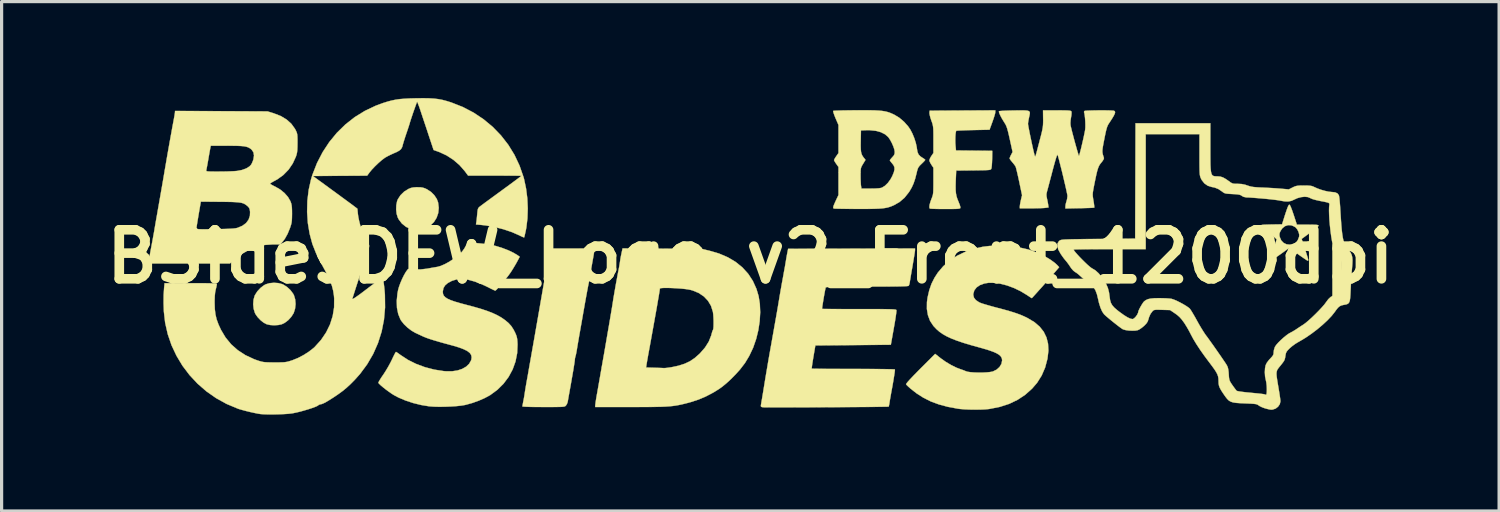
<source format=kicad_pcb>
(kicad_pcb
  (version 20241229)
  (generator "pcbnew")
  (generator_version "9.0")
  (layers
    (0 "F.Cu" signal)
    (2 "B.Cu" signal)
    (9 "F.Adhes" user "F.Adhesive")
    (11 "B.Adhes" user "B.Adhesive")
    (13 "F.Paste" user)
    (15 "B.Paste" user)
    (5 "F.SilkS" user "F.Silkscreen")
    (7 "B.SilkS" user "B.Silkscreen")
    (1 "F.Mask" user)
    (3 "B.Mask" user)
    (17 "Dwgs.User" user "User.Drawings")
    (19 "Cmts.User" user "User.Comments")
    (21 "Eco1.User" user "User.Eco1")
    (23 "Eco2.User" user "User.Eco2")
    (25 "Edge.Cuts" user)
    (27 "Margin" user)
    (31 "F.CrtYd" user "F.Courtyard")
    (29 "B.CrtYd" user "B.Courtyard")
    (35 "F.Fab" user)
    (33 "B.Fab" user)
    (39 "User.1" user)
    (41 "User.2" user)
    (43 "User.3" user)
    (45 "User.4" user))
  (footprint "BSidesDFW_Logo_v2_Front_1200dpi"
    (layer "F.Cu")
    (at 20.291 4.933)
    (property "Reference" "BSidesDFW_Logo_v2_Front_1200dpi" (at 0 0 0) (layer "F.SilkS") (effects (font (size 1.524 1.524) (thickness 0.3))))
    (attr through_hole)
    (fp_poly (pts (xy -10.261 -2.157) (xy -10.19 -2.146) (xy -10.123 -2.125) (xy -10.056 -2.093) (xy -9.935 -2.014) (xy -9.831 -1.91) (xy -9.753 -1.792) (xy -9.714 -1.687) (xy -9.693 -1.518) (xy -9.709 -1.357) (xy -9.76 -1.209) (xy -9.841 -1.079) (xy -9.95 -0.972) (xy -10.083 -0.892) (xy -10.236 -0.844) (xy -10.329 -0.833) (xy -10.427 -0.834) (xy -10.518 -0.845) (xy -10.555 -0.855) (xy -10.71 -0.926) (xy -10.839 -1.029) (xy -10.938 -1.159) (xy -10.968 -1.217) (xy -11.003 -1.331) (xy -11.018 -1.464) (xy -11.013 -1.601) (xy -10.989 -1.724) (xy -10.966 -1.783) (xy -10.882 -1.912) (xy -10.768 -2.023) (xy -10.636 -2.105) (xy -10.562 -2.136) (xy -10.489 -2.152) (xy -10.4 -2.159) (xy -10.355 -2.159) (xy -10.261 -2.157)) (stroke (width 0.01) (type solid)) (fill yes) (layer "F.SilkS"))
    (fp_poly (pts (xy -14.682 0.823) (xy -14.559 0.856) (xy -14.531 0.868) (xy -14.415 0.942) (xy -14.308 1.04) (xy -14.225 1.15) (xy -14.197 1.202) (xy -14.159 1.33) (xy -14.147 1.474) (xy -14.163 1.62) (xy -14.204 1.751) (xy -14.209 1.761) (xy -14.281 1.873) (xy -14.375 1.976) (xy -14.482 2.057) (xy -14.577 2.104) (xy -14.685 2.127) (xy -14.812 2.135) (xy -14.938 2.127) (xy -15.045 2.103) (xy -15.139 2.054) (xy -15.236 1.977) (xy -15.325 1.884) (xy -15.394 1.786) (xy -15.411 1.752) (xy -15.45 1.625) (xy -15.465 1.483) (xy -15.455 1.342) (xy -15.42 1.217) (xy -15.41 1.196) (xy -15.337 1.081) (xy -15.238 0.974) (xy -15.128 0.89) (xy -15.075 0.861) (xy -14.957 0.826) (xy -14.821 0.813) (xy -14.682 0.823)) (stroke (width 0.01) (type solid)) (fill yes) (layer "F.SilkS"))
    (fp_poly (pts (xy 7.619 -4.493) (xy 7.612 -4.45) (xy 7.592 -4.379) (xy 7.563 -4.288) (xy 7.529 -4.191) (xy 7.44 -3.948) (xy 6.929 -3.937) (xy 6.786 -3.934) (xy 6.657 -3.929) (xy 6.549 -3.925) (xy 6.466 -3.921) (xy 6.417 -3.916) (xy 6.404 -3.914) (xy 6.393 -3.881) (xy 6.383 -3.817) (xy 6.377 -3.732) (xy 6.375 -3.635) (xy 6.376 -3.538) (xy 6.381 -3.464) (xy 6.396 -3.303) (xy 6.96 -3.297) (xy 7.525 -3.291) (xy 7.521 -3.033) (xy 7.517 -2.929) (xy 7.511 -2.837) (xy 7.503 -2.768) (xy 7.494 -2.731) (xy 7.485 -2.718) (xy 7.47 -2.708) (xy 7.446 -2.7) (xy 7.406 -2.695) (xy 7.345 -2.691) (xy 7.259 -2.688) (xy 7.142 -2.686) (xy 6.989 -2.684) (xy 6.937 -2.683) (xy 6.403 -2.678) (xy 6.389 -2.36) (xy 6.385 -2.201) (xy 6.386 -2.074) (xy 6.395 -1.97) (xy 6.413 -1.877) (xy 6.442 -1.787) (xy 6.482 -1.69) (xy 6.482 -1.689) (xy 6.512 -1.615) (xy 6.53 -1.553) (xy 6.534 -1.516) (xy 6.533 -1.514) (xy 6.524 -1.503) (xy 6.502 -1.495) (xy 6.462 -1.489) (xy 6.4 -1.485) (xy 6.31 -1.483) (xy 6.187 -1.482) (xy 6.058 -1.482) (xy 5.922 -1.482) (xy 5.801 -1.484) (xy 5.7 -1.487) (xy 5.626 -1.49) (xy 5.586 -1.494) (xy 5.581 -1.496) (xy 5.567 -1.538) (xy 5.575 -1.612) (xy 5.604 -1.714) (xy 5.63 -1.785) (xy 5.652 -1.841) (xy 5.668 -1.888) (xy 5.68 -1.935) (xy 5.687 -1.989) (xy 5.691 -2.058) (xy 5.693 -2.15) (xy 5.694 -2.272) (xy 5.694 -2.355) (xy 5.694 -2.766) (xy 5.631 -2.86) (xy 5.595 -2.921) (xy 5.572 -2.974) (xy 5.568 -2.995) (xy 5.579 -3.036) (xy 5.608 -3.095) (xy 5.631 -3.131) (xy 5.694 -3.224) (xy 5.694 -3.642) (xy 5.694 -3.786) (xy 5.693 -3.895) (xy 5.69 -3.977) (xy 5.684 -4.041) (xy 5.675 -4.094) (xy 5.662 -4.143) (xy 5.643 -4.198) (xy 5.629 -4.236) (xy 5.6 -4.324) (xy 5.58 -4.404) (xy 5.571 -4.463) (xy 5.571 -4.476) (xy 5.577 -4.54) (xy 7.62 -4.551) (xy 7.619 -4.493)) (stroke (width 0.01) (type solid)) (fill yes) (layer "F.SilkS"))
    (fp_poly (pts (xy -5.342 -0.254) (xy -5.183 -0.253) (xy -5.059 -0.251) (xy -4.967 -0.247) (xy -4.904 -0.243) (xy -4.865 -0.238) (xy -4.849 -0.231) (xy -4.847 -0.228) (xy -4.851 -0.199) (xy -4.861 -0.136) (xy -4.876 -0.046) (xy -4.895 0.063) (xy -4.912 0.159) (xy -4.935 0.287) (xy -4.956 0.41) (xy -4.975 0.517) (xy -4.989 0.6) (xy -4.995 0.635) (xy -5.009 0.717) (xy -5.027 0.818) (xy -5.046 0.91) (xy -5.059 0.978) (xy -5.078 1.078) (xy -5.101 1.204) (xy -5.127 1.346) (xy -5.154 1.496) (xy -5.166 1.566) (xy -5.196 1.734) (xy -5.227 1.912) (xy -5.258 2.089) (xy -5.287 2.252) (xy -5.311 2.388) (xy -5.316 2.413) (xy -5.338 2.542) (xy -5.36 2.668) (xy -5.379 2.78) (xy -5.393 2.867) (xy -5.398 2.9) (xy -5.413 2.982) (xy -5.428 3.057) (xy -5.44 3.099) (xy -5.456 3.164) (xy -5.461 3.217) (xy -5.465 3.252) (xy -5.475 3.323) (xy -5.491 3.423) (xy -5.511 3.548) (xy -5.536 3.69) (xy -5.563 3.845) (xy -5.566 3.865) (xy -5.594 4.021) (xy -5.62 4.166) (xy -5.643 4.295) (xy -5.662 4.4) (xy -5.675 4.477) (xy -5.683 4.518) (xy -5.683 4.521) (xy -5.706 4.584) (xy -5.737 4.632) (xy -5.75 4.645) (xy -5.766 4.655) (xy -5.789 4.663) (xy -5.824 4.669) (xy -5.875 4.673) (xy -5.948 4.675) (xy -6.046 4.677) (xy -6.176 4.678) (xy -6.341 4.678) (xy -6.435 4.678) (xy -6.61 4.677) (xy -6.763 4.676) (xy -6.892 4.673) (xy -6.992 4.669) (xy -7.06 4.665) (xy -7.09 4.66) (xy -7.091 4.659) (xy -7.087 4.63) (xy -7.076 4.571) (xy -7.062 4.494) (xy -7.057 4.473) (xy -7.04 4.383) (xy -7.026 4.299) (xy -7.017 4.238) (xy -7.016 4.233) (xy -7.01 4.189) (xy -6.997 4.112) (xy -6.98 4.009) (xy -6.959 3.888) (xy -6.935 3.757) (xy -6.935 3.757) (xy -6.92 3.674) (xy -6.899 3.553) (xy -6.872 3.398) (xy -6.839 3.214) (xy -6.802 3.003) (xy -6.761 2.771) (xy -6.717 2.521) (xy -6.671 2.257) (xy -6.623 1.982) (xy -6.574 1.702) (xy -6.548 1.551) (xy -6.234 -0.254) (xy -5.54 -0.254) (xy -5.342 -0.254)) (stroke (width 0.01) (type solid)) (fill yes) (layer "F.SilkS"))
    (fp_poly (pts (xy 16.784 -1.602) (xy 16.811 -1.547) (xy 16.847 -1.455) (xy 16.892 -1.324) (xy 16.898 -1.307) (xy 17 -0.995) (xy 17.337 -0.995) (xy 17.469 -0.994) (xy 17.564 -0.992) (xy 17.627 -0.987) (xy 17.662 -0.979) (xy 17.674 -0.969) (xy 17.674 -0.967) (xy 17.67 -0.954) (xy 17.657 -0.936) (xy 17.628 -0.91) (xy 17.582 -0.872) (xy 17.513 -0.819) (xy 17.417 -0.748) (xy 17.311 -0.67) (xy 17.149 -0.552) (xy 17.253 -0.232) (xy 17.294 -0.104) (xy 17.324 -0.01) (xy 17.343 0.054) (xy 17.352 0.094) (xy 17.353 0.116) (xy 17.347 0.125) (xy 17.338 0.127) (xy 17.315 0.115) (xy 17.265 0.083) (xy 17.192 0.033) (xy 17.104 -0.028) (xy 17.042 -0.073) (xy 16.764 -0.273) (xy 16.502 -0.084) (xy 16.376 0.004) (xy 16.282 0.065) (xy 16.218 0.098) (xy 16.182 0.105) (xy 16.175 0.085) (xy 16.179 0.074) (xy 16.191 0.039) (xy 16.212 -0.024) (xy 16.238 -0.108) (xy 16.268 -0.203) (xy 16.299 -0.301) (xy 16.327 -0.392) (xy 16.35 -0.467) (xy 16.365 -0.519) (xy 16.37 -0.536) (xy 16.355 -0.555) (xy 16.312 -0.593) (xy 16.246 -0.647) (xy 16.193 -0.688) (xy 16.455 -0.688) (xy 16.463 -0.632) (xy 16.469 -0.608) (xy 16.514 -0.504) (xy 16.586 -0.429) (xy 16.677 -0.384) (xy 16.781 -0.373) (xy 16.891 -0.398) (xy 16.947 -0.426) (xy 16.995 -0.465) (xy 17.032 -0.521) (xy 17.064 -0.604) (xy 17.072 -0.632) (xy 17.072 -0.693) (xy 17.051 -0.77) (xy 17.014 -0.845) (xy 16.968 -0.903) (xy 16.961 -0.91) (xy 16.903 -0.944) (xy 16.833 -0.972) (xy 16.823 -0.975) (xy 16.726 -0.98) (xy 16.632 -0.949) (xy 16.55 -0.884) (xy 16.493 -0.802) (xy 16.465 -0.738) (xy 16.455 -0.688) (xy 16.193 -0.688) (xy 16.164 -0.711) (xy 16.129 -0.737) (xy 16.041 -0.806) (xy 15.967 -0.867) (xy 15.912 -0.918) (xy 15.882 -0.951) (xy 15.879 -0.957) (xy 15.88 -0.971) (xy 15.892 -0.981) (xy 15.922 -0.988) (xy 15.975 -0.993) (xy 16.058 -0.996) (xy 16.176 -0.999) (xy 16.206 -1) (xy 16.539 -1.005) (xy 16.636 -1.312) (xy 16.681 -1.446) (xy 16.716 -1.541) (xy 16.743 -1.598) (xy 16.763 -1.619) (xy 16.765 -1.619) (xy 16.784 -1.602)) (stroke (width 0.01) (type solid)) (fill yes) (layer "F.SilkS"))
    (fp_poly (pts (xy -2.744 -0.248) (xy -1.513 -0.24) (xy -1.281 -0.186) (xy -0.976 -0.097) (xy -0.702 0.02) (xy -0.459 0.164) (xy -0.248 0.335) (xy -0.069 0.532) (xy 0.077 0.755) (xy 0.189 1.002) (xy 0.257 1.23) (xy 0.295 1.47) (xy 0.306 1.732) (xy 0.29 2.007) (xy 0.248 2.286) (xy 0.181 2.56) (xy 0.091 2.82) (xy 0.083 2.84) (xy -0.034 3.087) (xy -0.166 3.307) (xy -0.323 3.512) (xy -0.455 3.658) (xy -0.604 3.809) (xy -0.737 3.932) (xy -0.861 4.035) (xy -0.985 4.124) (xy -1.118 4.207) (xy -1.154 4.228) (xy -1.384 4.349) (xy -1.608 4.444) (xy -1.845 4.522) (xy -1.939 4.548) (xy -2.045 4.575) (xy -2.141 4.598) (xy -2.232 4.617) (xy -2.323 4.633) (xy -2.416 4.646) (xy -2.518 4.656) (xy -2.633 4.664) (xy -2.765 4.67) (xy -2.918 4.673) (xy -3.098 4.676) (xy -3.308 4.677) (xy -3.553 4.678) (xy -3.72 4.678) (xy -4.826 4.678) (xy -4.826 4.631) (xy -4.822 4.596) (xy -4.813 4.526) (xy -4.798 4.431) (xy -4.779 4.318) (xy -4.762 4.224) (xy -4.683 3.776) (xy -4.626 3.449) (xy -3.244 3.449) (xy -2.992 3.456) (xy -2.888 3.459) (xy -2.796 3.462) (xy -2.725 3.465) (xy -2.688 3.467) (xy -2.644 3.465) (xy -2.571 3.457) (xy -2.482 3.444) (xy -2.446 3.438) (xy -2.228 3.391) (xy -2.042 3.331) (xy -1.879 3.254) (xy -1.73 3.153) (xy -1.586 3.026) (xy -1.566 3.007) (xy -1.41 2.828) (xy -1.294 2.644) (xy -1.218 2.453) (xy -1.205 2.402) (xy -1.187 2.338) (xy -1.169 2.29) (xy -1.161 2.276) (xy -1.152 2.245) (xy -1.146 2.182) (xy -1.144 2.096) (xy -1.144 1.997) (xy -1.148 1.897) (xy -1.154 1.804) (xy -1.163 1.729) (xy -1.167 1.71) (xy -1.225 1.529) (xy -1.319 1.372) (xy -1.445 1.239) (xy -1.604 1.132) (xy -1.792 1.054) (xy -1.855 1.036) (xy -1.929 1.021) (xy -2.027 1.007) (xy -2.141 0.995) (xy -2.265 0.986) (xy -2.391 0.979) (xy -2.512 0.974) (xy -2.622 0.973) (xy -2.714 0.974) (xy -2.779 0.98) (xy -2.813 0.989) (xy -2.815 0.994) (xy -2.819 1.028) (xy -2.83 1.101) (xy -2.848 1.211) (xy -2.873 1.355) (xy -2.903 1.531) (xy -2.939 1.736) (xy -2.981 1.968) (xy -3.027 2.225) (xy -3.077 2.503) (xy -3.131 2.801) (xy -3.165 2.985) (xy -3.186 3.1) (xy -3.205 3.208) (xy -3.22 3.297) (xy -3.231 3.358) (xy -3.232 3.37) (xy -3.244 3.449) (xy -4.626 3.449) (xy -4.612 3.369) (xy -4.547 3.001) (xy -4.49 2.672) (xy -4.44 2.381) (xy -4.396 2.127) (xy -4.359 1.908) (xy -4.328 1.724) (xy -4.303 1.575) (xy -4.284 1.458) (xy -4.273 1.386) (xy -4.259 1.295) (xy -4.238 1.173) (xy -4.213 1.029) (xy -4.186 0.874) (xy -4.157 0.718) (xy -4.13 0.572) (xy -4.106 0.446) (xy -4.103 0.434) (xy -4.084 0.334) (xy -4.068 0.239) (xy -4.056 0.165) (xy -4.052 0.138) (xy -4.043 0.073) (xy -4.027 -0.013) (xy -4.009 -0.102) (xy -3.975 -0.256) (xy -2.744 -0.248)) (stroke (width 0.01) (type solid)) (fill yes) (layer "F.SilkS"))
    (fp_poly (pts (xy 3.71 -4.553) (xy 3.864 -4.55) (xy 3.991 -4.543) (xy 4.097 -4.533) (xy 4.186 -4.519) (xy 4.265 -4.5) (xy 4.339 -4.476) (xy 4.412 -4.445) (xy 4.484 -4.411) (xy 4.635 -4.319) (xy 4.78 -4.195) (xy 4.907 -4.053) (xy 4.979 -3.947) (xy 5.042 -3.825) (xy 5.1 -3.683) (xy 5.146 -3.538) (xy 5.175 -3.405) (xy 5.18 -3.366) (xy 5.198 -3.259) (xy 5.23 -3.181) (xy 5.284 -3.122) (xy 5.344 -3.081) (xy 5.398 -3.047) (xy 5.433 -3.02) (xy 5.44 -3.009) (xy 5.425 -2.988) (xy 5.388 -2.947) (xy 5.334 -2.894) (xy 5.326 -2.887) (xy 5.271 -2.833) (xy 5.235 -2.789) (xy 5.21 -2.741) (xy 5.189 -2.675) (xy 5.169 -2.59) (xy 5.125 -2.419) (xy 5.077 -2.277) (xy 5.02 -2.152) (xy 4.948 -2.029) (xy 4.927 -1.998) (xy 4.795 -1.832) (xy 4.64 -1.7) (xy 4.475 -1.605) (xy 4.405 -1.574) (xy 4.338 -1.549) (xy 4.268 -1.528) (xy 4.19 -1.513) (xy 4.099 -1.501) (xy 3.99 -1.493) (xy 3.858 -1.488) (xy 3.697 -1.485) (xy 3.502 -1.484) (xy 3.344 -1.484) (xy 3.174 -1.485) (xy 3.016 -1.486) (xy 2.876 -1.488) (xy 2.759 -1.49) (xy 2.671 -1.492) (xy 2.616 -1.494) (xy 2.6 -1.496) (xy 2.581 -1.508) (xy 2.577 -1.534) (xy 2.588 -1.58) (xy 2.617 -1.651) (xy 2.664 -1.754) (xy 2.67 -1.767) (xy 2.741 -1.916) (xy 2.741 -2.518) (xy 3.429 -2.518) (xy 3.43 -2.412) (xy 3.434 -2.314) (xy 3.438 -2.236) (xy 3.443 -2.196) (xy 3.456 -2.117) (xy 3.739 -2.117) (xy 3.886 -2.119) (xy 3.995 -2.126) (xy 4.068 -2.138) (xy 4.095 -2.147) (xy 4.187 -2.204) (xy 4.279 -2.294) (xy 4.362 -2.409) (xy 4.416 -2.509) (xy 4.463 -2.623) (xy 4.484 -2.712) (xy 4.48 -2.785) (xy 4.45 -2.85) (xy 4.413 -2.897) (xy 4.371 -2.947) (xy 4.344 -2.984) (xy 4.339 -2.997) (xy 4.353 -3.021) (xy 4.388 -3.063) (xy 4.416 -3.093) (xy 4.464 -3.149) (xy 4.486 -3.198) (xy 4.491 -3.258) (xy 4.491 -3.26) (xy 4.479 -3.334) (xy 4.447 -3.43) (xy 4.402 -3.533) (xy 4.349 -3.632) (xy 4.294 -3.713) (xy 4.287 -3.721) (xy 4.188 -3.807) (xy 4.057 -3.872) (xy 3.898 -3.914) (xy 3.716 -3.933) (xy 3.609 -3.933) (xy 3.44 -3.926) (xy 3.434 -3.594) (xy 3.432 -3.451) (xy 3.435 -3.343) (xy 3.443 -3.261) (xy 3.458 -3.198) (xy 3.481 -3.145) (xy 3.515 -3.094) (xy 3.537 -3.066) (xy 3.582 -3.01) (xy 3.506 -2.886) (xy 3.473 -2.831) (xy 3.451 -2.787) (xy 3.438 -2.743) (xy 3.432 -2.688) (xy 3.429 -2.61) (xy 3.429 -2.518) (xy 2.741 -2.518) (xy 2.741 -2.789) (xy 2.672 -2.885) (xy 2.634 -2.942) (xy 2.609 -2.986) (xy 2.603 -3.003) (xy 2.615 -3.032) (xy 2.644 -3.082) (xy 2.672 -3.123) (xy 2.741 -3.221) (xy 2.741 -3.658) (xy 2.741 -4.096) (xy 2.65 -4.306) (xy 2.615 -4.393) (xy 2.59 -4.465) (xy 2.576 -4.515) (xy 2.577 -4.533) (xy 2.601 -4.537) (xy 2.663 -4.541) (xy 2.757 -4.544) (xy 2.878 -4.548) (xy 3.021 -4.55) (xy 3.182 -4.552) (xy 3.302 -4.553) (xy 3.525 -4.554) (xy 3.71 -4.553)) (stroke (width 0.01) (type solid)) (fill yes) (layer "F.SilkS"))
    (fp_poly (pts (xy 7.921 -0.333) (xy 8.171 -0.312) (xy 8.41 -0.276) (xy 8.626 -0.227) (xy 8.653 -0.22) (xy 8.829 -0.16) (xy 9.008 -0.085) (xy 9.18 0.003) (xy 9.336 0.096) (xy 9.466 0.191) (xy 9.55 0.268) (xy 9.606 0.328) (xy 9.423 0.541) (xy 9.348 0.628) (xy 9.263 0.725) (xy 9.173 0.827) (xy 9.082 0.931) (xy 8.993 1.029) (xy 8.913 1.119) (xy 8.844 1.195) (xy 8.792 1.252) (xy 8.761 1.285) (xy 8.753 1.291) (xy 8.734 1.28) (xy 8.689 1.251) (xy 8.626 1.209) (xy 8.602 1.193) (xy 8.405 1.074) (xy 8.198 0.975) (xy 7.988 0.897) (xy 7.782 0.844) (xy 7.587 0.815) (xy 7.408 0.814) (xy 7.28 0.835) (xy 7.143 0.885) (xy 7.038 0.956) (xy 6.968 1.046) (xy 6.936 1.153) (xy 6.934 1.19) (xy 6.954 1.274) (xy 7.013 1.351) (xy 7.11 1.417) (xy 7.154 1.437) (xy 7.205 1.456) (xy 7.289 1.482) (xy 7.398 1.514) (xy 7.525 1.55) (xy 7.661 1.587) (xy 7.697 1.596) (xy 7.898 1.649) (xy 8.064 1.696) (xy 8.204 1.739) (xy 8.323 1.78) (xy 8.43 1.821) (xy 8.53 1.865) (xy 8.631 1.915) (xy 8.638 1.919) (xy 8.839 2.04) (xy 9.001 2.18) (xy 9.125 2.337) (xy 9.211 2.514) (xy 9.26 2.71) (xy 9.271 2.925) (xy 9.244 3.16) (xy 9.241 3.178) (xy 9.169 3.45) (xy 9.062 3.698) (xy 8.919 3.925) (xy 8.763 4.106) (xy 8.549 4.297) (xy 8.312 4.454) (xy 8.049 4.58) (xy 7.758 4.674) (xy 7.44 4.737) (xy 7.421 4.74) (xy 7.304 4.751) (xy 7.156 4.758) (xy 6.992 4.759) (xy 6.824 4.757) (xy 6.664 4.75) (xy 6.525 4.739) (xy 6.456 4.73) (xy 6.144 4.672) (xy 5.865 4.597) (xy 5.613 4.504) (xy 5.382 4.388) (xy 5.165 4.249) (xy 4.986 4.108) (xy 4.923 4.053) (xy 4.874 4.006) (xy 4.846 3.976) (xy 4.844 3.973) (xy 4.853 3.949) (xy 4.893 3.898) (xy 4.964 3.819) (xy 5.065 3.712) (xy 5.197 3.577) (xy 5.288 3.485) (xy 5.749 3.025) (xy 5.919 3.16) (xy 6.074 3.27) (xy 6.243 3.371) (xy 6.411 3.454) (xy 6.54 3.503) (xy 6.613 3.528) (xy 6.674 3.551) (xy 6.699 3.563) (xy 6.757 3.581) (xy 6.847 3.594) (xy 6.959 3.603) (xy 7.086 3.607) (xy 7.215 3.607) (xy 7.339 3.601) (xy 7.447 3.591) (xy 7.53 3.576) (xy 7.548 3.57) (xy 7.662 3.514) (xy 7.751 3.433) (xy 7.81 3.335) (xy 7.832 3.227) (xy 7.832 3.223) (xy 7.822 3.161) (xy 7.793 3.106) (xy 7.739 3.054) (xy 7.658 3.005) (xy 7.546 2.956) (xy 7.401 2.905) (xy 7.218 2.851) (xy 7.133 2.827) (xy 6.862 2.752) (xy 6.629 2.682) (xy 6.429 2.615) (xy 6.259 2.549) (xy 6.114 2.482) (xy 5.99 2.412) (xy 5.883 2.338) (xy 5.79 2.257) (xy 5.705 2.167) (xy 5.689 2.148) (xy 5.59 1.998) (xy 5.524 1.823) (xy 5.491 1.628) (xy 5.493 1.417) (xy 5.512 1.274) (xy 5.565 1.045) (xy 5.635 0.844) (xy 5.728 0.658) (xy 5.832 0.497) (xy 6.001 0.298) (xy 6.203 0.121) (xy 6.435 -0.03) (xy 6.694 -0.154) (xy 6.977 -0.25) (xy 7.233 -0.307) (xy 7.44 -0.332) (xy 7.673 -0.34) (xy 7.921 -0.333)) (stroke (width 0.01) (type solid)) (fill yes) (layer "F.SilkS"))
    (fp_poly (pts (xy 5.122 -0.206) (xy 5.119 -0.172) (xy 5.109 -0.102) (xy 5.094 -0.006) (xy 5.074 0.112) (xy 5.052 0.243) (xy 5.047 0.275) (xy 5.023 0.411) (xy 5.001 0.539) (xy 4.983 0.649) (xy 4.968 0.735) (xy 4.96 0.788) (xy 4.959 0.794) (xy 4.947 0.855) (xy 4.93 0.899) (xy 4.926 0.905) (xy 4.913 0.911) (xy 4.881 0.916) (xy 4.828 0.92) (xy 4.751 0.923) (xy 4.647 0.926) (xy 4.515 0.928) (xy 4.35 0.929) (xy 4.151 0.931) (xy 3.915 0.931) (xy 3.64 0.931) (xy 3.629 0.931) (xy 3.364 0.931) (xy 3.139 0.932) (xy 2.949 0.932) (xy 2.792 0.933) (xy 2.665 0.934) (xy 2.565 0.936) (xy 2.488 0.939) (xy 2.431 0.942) (xy 2.391 0.946) (xy 2.366 0.951) (xy 2.351 0.957) (xy 2.343 0.964) (xy 2.341 0.968) (xy 2.332 1.009) (xy 2.318 1.078) (xy 2.302 1.167) (xy 2.284 1.266) (xy 2.267 1.368) (xy 2.252 1.463) (xy 2.239 1.544) (xy 2.232 1.6) (xy 2.231 1.624) (xy 2.231 1.624) (xy 2.253 1.626) (xy 2.313 1.627) (xy 2.408 1.628) (xy 2.534 1.629) (xy 2.687 1.63) (xy 2.862 1.631) (xy 3.057 1.631) (xy 3.266 1.631) (xy 3.385 1.631) (xy 3.636 1.631) (xy 3.848 1.631) (xy 4.025 1.632) (xy 4.169 1.633) (xy 4.284 1.635) (xy 4.372 1.637) (xy 4.439 1.64) (xy 4.485 1.644) (xy 4.516 1.648) (xy 4.534 1.654) (xy 4.543 1.661) (xy 4.544 1.664) (xy 4.544 1.693) (xy 4.537 1.758) (xy 4.524 1.852) (xy 4.506 1.97) (xy 4.483 2.106) (xy 4.463 2.219) (xy 4.37 2.741) (xy 3.196 2.752) (xy 2.022 2.762) (xy 1.961 3.118) (xy 1.942 3.235) (xy 1.926 3.337) (xy 1.915 3.417) (xy 1.909 3.468) (xy 1.91 3.483) (xy 1.932 3.485) (xy 1.993 3.487) (xy 2.089 3.488) (xy 2.217 3.49) (xy 2.371 3.491) (xy 2.55 3.492) (xy 2.749 3.492) (xy 2.965 3.493) (xy 3.194 3.493) (xy 3.202 3.493) (xy 3.431 3.493) (xy 3.648 3.494) (xy 3.847 3.495) (xy 4.027 3.497) (xy 4.183 3.499) (xy 4.311 3.501) (xy 4.409 3.503) (xy 4.471 3.506) (xy 4.495 3.509) (xy 4.495 3.509) (xy 4.496 3.537) (xy 4.488 3.605) (xy 4.472 3.711) (xy 4.449 3.853) (xy 4.419 4.028) (xy 4.381 4.233) (xy 4.362 4.34) (xy 4.344 4.441) (xy 4.331 4.523) (xy 4.324 4.567) (xy 4.314 4.624) (xy 4.303 4.66) (xy 4.299 4.666) (xy 4.276 4.667) (xy 4.214 4.669) (xy 4.118 4.67) (xy 3.989 4.672) (xy 3.833 4.674) (xy 3.653 4.676) (xy 3.452 4.677) (xy 3.234 4.679) (xy 3.002 4.68) (xy 2.761 4.682) (xy 2.514 4.683) (xy 2.264 4.684) (xy 2.016 4.686) (xy 1.772 4.687) (xy 1.537 4.687) (xy 1.313 4.688) (xy 1.105 4.688) (xy 0.917 4.688) (xy 0.751 4.688) (xy 0.612 4.688) (xy 0.503 4.687) (xy 0.428 4.687) (xy 0.39 4.685) (xy 0.387 4.685) (xy 0.341 4.674) (xy 0.326 4.651) (xy 0.329 4.618) (xy 0.337 4.571) (xy 0.349 4.496) (xy 0.365 4.408) (xy 0.369 4.381) (xy 0.385 4.287) (xy 0.405 4.167) (xy 0.426 4.037) (xy 0.444 3.926) (xy 0.464 3.803) (xy 0.49 3.647) (xy 0.521 3.466) (xy 0.554 3.269) (xy 0.59 3.064) (xy 0.626 2.861) (xy 0.655 2.699) (xy 0.69 2.501) (xy 0.726 2.299) (xy 0.761 2.101) (xy 0.795 1.91) (xy 0.826 1.734) (xy 0.853 1.577) (xy 0.875 1.446) (xy 0.892 1.346) (xy 0.901 1.291) (xy 0.914 1.212) (xy 0.933 1.101) (xy 0.956 0.97) (xy 0.981 0.828) (xy 1.005 0.699) (xy 1.03 0.561) (xy 1.054 0.427) (xy 1.076 0.308) (xy 1.092 0.211) (xy 1.103 0.148) (xy 1.119 0.049) (xy 1.138 -0.057) (xy 1.149 -0.116) (xy 1.175 -0.243) (xy 3.149 -0.249) (xy 5.122 -0.254) (xy 5.122 -0.206)) (stroke (width 0.01) (type solid)) (fill yes) (layer "F.SilkS"))
    (fp_poly (pts (xy -16.457 -4.525) (xy -15.018 -4.518) (xy -14.827 -4.459) (xy -14.611 -4.375) (xy -14.429 -4.267) (xy -14.282 -4.136) (xy -14.169 -3.981) (xy -14.148 -3.943) (xy -14.123 -3.891) (xy -14.106 -3.847) (xy -14.095 -3.799) (xy -14.09 -3.739) (xy -14.087 -3.657) (xy -14.087 -3.543) (xy -14.087 -3.535) (xy -14.089 -3.41) (xy -14.093 -3.316) (xy -14.101 -3.243) (xy -14.115 -3.18) (xy -14.135 -3.115) (xy -14.137 -3.111) (xy -14.234 -2.899) (xy -14.364 -2.707) (xy -14.525 -2.542) (xy -14.71 -2.407) (xy -14.772 -2.373) (xy -14.847 -2.332) (xy -14.905 -2.298) (xy -14.938 -2.275) (xy -14.942 -2.269) (xy -14.924 -2.254) (xy -14.876 -2.226) (xy -14.807 -2.19) (xy -14.772 -2.173) (xy -14.623 -2.086) (xy -14.49 -1.977) (xy -14.383 -1.855) (xy -14.309 -1.727) (xy -14.304 -1.715) (xy -14.283 -1.657) (xy -14.27 -1.599) (xy -14.262 -1.529) (xy -14.258 -1.437) (xy -14.257 -1.333) (xy -14.259 -1.216) (xy -14.263 -1.127) (xy -14.272 -1.056) (xy -14.288 -0.989) (xy -14.313 -0.913) (xy -14.317 -0.9) (xy -14.394 -0.711) (xy -14.48 -0.556) (xy -14.56 -0.45) (xy -14.624 -0.381) (xy -14.849 -0.381) (xy -15.1 -0.364) (xy -15.338 -0.313) (xy -15.567 -0.226) (xy -15.791 -0.1) (xy -16.016 0.065) (xy -16.068 0.109) (xy -16.188 0.212) (xy -18.711 0.212) (xy -18.711 0.154) (xy -18.707 0.115) (xy -18.697 0.042) (xy -18.68 -0.056) (xy -18.659 -0.173) (xy -18.638 -0.285) (xy -18.612 -0.424) (xy -18.586 -0.564) (xy -18.563 -0.694) (xy -18.543 -0.801) (xy -18.534 -0.857) (xy -18.529 -0.884) (xy -17.23 -0.884) (xy -17.23 -0.884) (xy -17.227 -0.873) (xy -17.217 -0.864) (xy -17.195 -0.858) (xy -17.156 -0.854) (xy -17.095 -0.852) (xy -17.008 -0.851) (xy -16.89 -0.852) (xy -16.737 -0.854) (xy -16.642 -0.855) (xy -16.452 -0.859) (xy -16.299 -0.863) (xy -16.18 -0.868) (xy -16.087 -0.874) (xy -16.018 -0.882) (xy -15.967 -0.892) (xy -15.949 -0.897) (xy -15.801 -0.96) (xy -15.687 -1.044) (xy -15.609 -1.149) (xy -15.567 -1.271) (xy -15.562 -1.391) (xy -15.572 -1.465) (xy -15.59 -1.514) (xy -15.625 -1.556) (xy -15.649 -1.578) (xy -15.691 -1.611) (xy -15.733 -1.638) (xy -15.781 -1.66) (xy -15.84 -1.676) (xy -15.914 -1.687) (xy -16.01 -1.695) (xy -16.132 -1.701) (xy -16.286 -1.704) (xy -16.476 -1.706) (xy -16.5 -1.706) (xy -17.094 -1.711) (xy -17.162 -1.316) (xy -17.183 -1.19) (xy -17.202 -1.076) (xy -17.217 -0.982) (xy -17.226 -0.916) (xy -17.23 -0.884) (xy -18.529 -0.884) (xy -18.522 -0.929) (xy -18.504 -1.034) (xy -18.481 -1.166) (xy -18.454 -1.317) (xy -18.426 -1.48) (xy -18.396 -1.648) (xy -18.394 -1.662) (xy -18.363 -1.836) (xy -18.332 -2.014) (xy -18.302 -2.186) (xy -18.275 -2.342) (xy -18.252 -2.475) (xy -18.236 -2.572) (xy -18.219 -2.67) (xy -16.926 -2.67) (xy -16.917 -2.66) (xy -16.893 -2.654) (xy -16.847 -2.65) (xy -16.775 -2.647) (xy -16.672 -2.646) (xy -16.538 -2.646) (xy -16.398 -2.647) (xy -16.258 -2.65) (xy -16.131 -2.655) (xy -16.026 -2.661) (xy -15.966 -2.666) (xy -15.815 -2.695) (xy -15.685 -2.742) (xy -15.584 -2.804) (xy -15.538 -2.85) (xy -15.506 -2.903) (xy -15.475 -2.977) (xy -15.459 -3.023) (xy -15.44 -3.143) (xy -15.457 -3.244) (xy -15.511 -3.325) (xy -15.542 -3.352) (xy -15.585 -3.381) (xy -15.632 -3.404) (xy -15.688 -3.421) (xy -15.759 -3.434) (xy -15.851 -3.442) (xy -15.968 -3.447) (xy -16.118 -3.449) (xy -16.282 -3.45) (xy -16.784 -3.45) (xy -16.795 -3.403) (xy -16.802 -3.365) (xy -16.815 -3.295) (xy -16.832 -3.201) (xy -16.851 -3.091) (xy -16.86 -3.037) (xy -16.88 -2.924) (xy -16.898 -2.823) (xy -16.913 -2.744) (xy -16.923 -2.694) (xy -16.925 -2.683) (xy -16.926 -2.67) (xy -18.219 -2.67) (xy -18.209 -2.73) (xy -18.178 -2.909) (xy -18.145 -3.102) (xy -18.11 -3.301) (xy -18.075 -3.499) (xy -18.041 -3.689) (xy -18.009 -3.864) (xy -17.982 -4.016) (xy -17.959 -4.139) (xy -17.947 -4.202) (xy -17.929 -4.301) (xy -17.913 -4.388) (xy -17.903 -4.454) (xy -17.899 -4.483) (xy -17.896 -4.532) (xy -16.457 -4.525)) (stroke (width 0.01) (type solid)) (fill yes) (layer "F.SilkS"))
    (fp_poly (pts (xy -8.583 -0.425) (xy -8.471 -0.417) (xy -8.351 -0.405) (xy -8.231 -0.391) (xy -8.12 -0.375) (xy -8.086 -0.369) (xy -7.899 -0.326) (xy -7.709 -0.266) (xy -7.525 -0.195) (xy -7.361 -0.116) (xy -7.233 -0.038) (xy -7.174 0.004) (xy -7.261 0.166) (xy -7.316 0.263) (xy -7.382 0.373) (xy -7.448 0.477) (xy -7.462 0.497) (xy -7.511 0.567) (xy -7.574 0.649) (xy -7.644 0.738) (xy -7.717 0.827) (xy -7.788 0.909) (xy -7.85 0.979) (xy -7.899 1.03) (xy -7.93 1.056) (xy -7.935 1.058) (xy -7.96 1.049) (xy -8.013 1.024) (xy -8.087 0.988) (xy -8.151 0.955) (xy -8.263 0.901) (xy -8.394 0.844) (xy -8.522 0.794) (xy -8.574 0.775) (xy -8.779 0.718) (xy -8.962 0.695) (xy -9.126 0.705) (xy -9.276 0.75) (xy -9.284 0.753) (xy -9.41 0.82) (xy -9.497 0.895) (xy -9.548 0.982) (xy -9.567 1.085) (xy -9.567 1.101) (xy -9.56 1.161) (xy -9.536 1.215) (xy -9.49 1.263) (xy -9.421 1.309) (xy -9.324 1.353) (xy -9.195 1.398) (xy -9.031 1.447) (xy -8.858 1.493) (xy -8.594 1.563) (xy -8.368 1.629) (xy -8.174 1.694) (xy -8.008 1.759) (xy -7.866 1.826) (xy -7.742 1.897) (xy -7.632 1.974) (xy -7.631 1.974) (xy -7.521 2.067) (xy -7.437 2.16) (xy -7.366 2.27) (xy -7.317 2.366) (xy -7.286 2.437) (xy -7.266 2.499) (xy -7.253 2.565) (xy -7.246 2.651) (xy -7.242 2.735) (xy -7.254 3.001) (xy -7.305 3.26) (xy -7.394 3.507) (xy -7.519 3.739) (xy -7.678 3.952) (xy -7.868 4.141) (xy -8.088 4.303) (xy -8.095 4.308) (xy -8.256 4.395) (xy -8.443 4.478) (xy -8.642 4.55) (xy -8.837 4.605) (xy -8.879 4.615) (xy -9.001 4.635) (xy -9.153 4.651) (xy -9.324 4.662) (xy -9.504 4.669) (xy -9.68 4.671) (xy -9.841 4.667) (xy -9.976 4.657) (xy -9.991 4.656) (xy -10.239 4.615) (xy -10.487 4.554) (xy -10.725 4.476) (xy -10.941 4.385) (xy -11.086 4.308) (xy -11.165 4.258) (xy -11.253 4.196) (xy -11.343 4.13) (xy -11.427 4.063) (xy -11.498 4.003) (xy -11.549 3.955) (xy -11.572 3.925) (xy -11.572 3.925) (xy -11.563 3.9) (xy -11.534 3.847) (xy -11.489 3.775) (xy -11.432 3.691) (xy -11.421 3.676) (xy -11.346 3.56) (xy -11.266 3.426) (xy -11.193 3.292) (xy -11.151 3.207) (xy -11.108 3.115) (xy -11.07 3.039) (xy -11.041 2.986) (xy -11.025 2.964) (xy -11.024 2.963) (xy -11.001 2.975) (xy -10.954 3.007) (xy -10.892 3.052) (xy -10.875 3.064) (xy -10.651 3.211) (xy -10.397 3.337) (xy -10.122 3.439) (xy -9.834 3.514) (xy -9.543 3.56) (xy -9.461 3.566) (xy -9.278 3.566) (xy -9.11 3.541) (xy -8.963 3.492) (xy -8.84 3.422) (xy -8.747 3.333) (xy -8.688 3.228) (xy -8.68 3.204) (xy -8.67 3.127) (xy -8.685 3.058) (xy -8.728 2.995) (xy -8.803 2.937) (xy -8.911 2.882) (xy -9.056 2.827) (xy -9.24 2.771) (xy -9.282 2.76) (xy -9.421 2.722) (xy -9.529 2.693) (xy -9.614 2.669) (xy -9.685 2.649) (xy -9.752 2.629) (xy -9.824 2.608) (xy -9.874 2.593) (xy -9.974 2.561) (xy -10.072 2.527) (xy -10.151 2.495) (xy -10.171 2.487) (xy -10.246 2.452) (xy -10.339 2.409) (xy -10.421 2.371) (xy -10.541 2.301) (xy -10.662 2.209) (xy -10.772 2.104) (xy -10.858 1.997) (xy -10.886 1.952) (xy -10.954 1.784) (xy -10.993 1.59) (xy -11 1.375) (xy -10.977 1.142) (xy -10.956 1.032) (xy -10.928 0.934) (xy -10.885 0.817) (xy -10.833 0.696) (xy -10.777 0.582) (xy -10.724 0.489) (xy -10.7 0.453) (xy -10.648 0.385) (xy -10.441 0.396) (xy -10.251 0.397) (xy -10.066 0.376) (xy -10.033 0.37) (xy -9.933 0.352) (xy -9.836 0.335) (xy -9.759 0.322) (xy -9.737 0.319) (xy -9.637 0.291) (xy -9.516 0.239) (xy -9.385 0.169) (xy -9.253 0.085) (xy -9.128 -0.006) (xy -9.022 -0.099) (xy -9.013 -0.108) (xy -8.951 -0.178) (xy -8.896 -0.255) (xy -8.867 -0.305) (xy -8.834 -0.366) (xy -8.801 -0.41) (xy -8.787 -0.421) (xy -8.75 -0.428) (xy -8.679 -0.429) (xy -8.583 -0.425)) (stroke (width 0.01) (type solid)) (fill yes) (layer "F.SilkS"))
    (fp_poly (pts (xy 9.684 -4.55) (xy 9.795 -4.549) (xy 9.875 -4.546) (xy 9.929 -4.541) (xy 9.962 -4.534) (xy 9.98 -4.525) (xy 9.986 -4.518) (xy 9.992 -4.477) (xy 9.987 -4.405) (xy 9.975 -4.332) (xy 9.962 -4.243) (xy 9.956 -4.157) (xy 9.959 -4.096) (xy 9.968 -4.047) (xy 9.987 -3.97) (xy 10.011 -3.871) (xy 10.041 -3.758) (xy 10.073 -3.637) (xy 10.106 -3.515) (xy 10.139 -3.399) (xy 10.168 -3.296) (xy 10.193 -3.213) (xy 10.211 -3.156) (xy 10.221 -3.133) (xy 10.222 -3.133) (xy 10.23 -3.152) (xy 10.246 -3.206) (xy 10.267 -3.286) (xy 10.292 -3.385) (xy 10.318 -3.496) (xy 10.345 -3.612) (xy 10.37 -3.724) (xy 10.391 -3.826) (xy 10.408 -3.911) (xy 10.414 -3.946) (xy 10.42 -4.014) (xy 10.421 -4.104) (xy 10.418 -4.205) (xy 10.411 -4.305) (xy 10.401 -4.395) (xy 10.39 -4.462) (xy 10.379 -4.492) (xy 10.383 -4.52) (xy 10.395 -4.532) (xy 10.424 -4.537) (xy 10.488 -4.542) (xy 10.578 -4.545) (xy 10.687 -4.548) (xy 10.807 -4.55) (xy 10.93 -4.55) (xy 11.048 -4.55) (xy 11.153 -4.548) (xy 11.238 -4.545) (xy 11.294 -4.541) (xy 11.312 -4.538) (xy 11.338 -4.52) (xy 11.346 -4.491) (xy 11.335 -4.446) (xy 11.303 -4.38) (xy 11.249 -4.29) (xy 11.171 -4.17) (xy 11.161 -4.155) (xy 11.133 -4.112) (xy 11.11 -4.066) (xy 11.09 -4.012) (xy 11.07 -3.941) (xy 11.048 -3.846) (xy 11.022 -3.719) (xy 11.011 -3.662) (xy 10.984 -3.524) (xy 10.965 -3.419) (xy 10.954 -3.34) (xy 10.95 -3.278) (xy 10.954 -3.225) (xy 10.965 -3.173) (xy 10.984 -3.113) (xy 10.999 -3.067) (xy 10.991 -3.032) (xy 10.957 -2.976) (xy 10.917 -2.925) (xy 10.884 -2.885) (xy 10.857 -2.844) (xy 10.833 -2.796) (xy 10.811 -2.737) (xy 10.788 -2.661) (xy 10.764 -2.562) (xy 10.737 -2.436) (xy 10.704 -2.275) (xy 10.686 -2.183) (xy 10.666 -2.077) (xy 10.654 -2) (xy 10.649 -1.937) (xy 10.652 -1.876) (xy 10.662 -1.803) (xy 10.673 -1.738) (xy 10.687 -1.651) (xy 10.696 -1.58) (xy 10.699 -1.536) (xy 10.698 -1.525) (xy 10.674 -1.522) (xy 10.615 -1.518) (xy 10.527 -1.514) (xy 10.415 -1.511) (xy 10.286 -1.507) (xy 10.244 -1.507) (xy 9.8 -1.498) (xy 9.8 -1.561) (xy 9.807 -1.622) (xy 9.825 -1.695) (xy 9.832 -1.714) (xy 9.853 -1.794) (xy 9.863 -1.875) (xy 9.864 -1.89) (xy 9.859 -1.926) (xy 9.845 -1.995) (xy 9.824 -2.093) (xy 9.797 -2.213) (xy 9.765 -2.347) (xy 9.732 -2.49) (xy 9.697 -2.635) (xy 9.662 -2.775) (xy 9.629 -2.904) (xy 9.601 -3.016) (xy 9.577 -3.104) (xy 9.559 -3.161) (xy 9.558 -3.164) (xy 9.551 -3.17) (xy 9.539 -3.151) (xy 9.522 -3.106) (xy 9.498 -3.031) (xy 9.467 -2.924) (xy 9.428 -2.782) (xy 9.38 -2.601) (xy 9.376 -2.582) (xy 9.338 -2.441) (xy 9.303 -2.308) (xy 9.272 -2.191) (xy 9.247 -2.097) (xy 9.23 -2.034) (xy 9.225 -2.016) (xy 9.211 -1.949) (xy 9.212 -1.883) (xy 9.227 -1.804) (xy 9.245 -1.722) (xy 9.259 -1.643) (xy 9.265 -1.607) (xy 9.275 -1.53) (xy 9.175 -1.517) (xy 9.119 -1.512) (xy 9.031 -1.508) (xy 8.92 -1.505) (xy 8.797 -1.503) (xy 8.728 -1.503) (xy 8.382 -1.503) (xy 8.382 -1.561) (xy 8.387 -1.611) (xy 8.4 -1.686) (xy 8.417 -1.765) (xy 8.452 -1.91) (xy 8.362 -2.336) (xy 8.334 -2.467) (xy 8.307 -2.586) (xy 8.283 -2.686) (xy 8.264 -2.76) (xy 8.251 -2.801) (xy 8.249 -2.805) (xy 8.223 -2.844) (xy 8.18 -2.9) (xy 8.146 -2.94) (xy 8.102 -2.994) (xy 8.072 -3.037) (xy 8.064 -3.056) (xy 8.074 -3.088) (xy 8.097 -3.141) (xy 8.111 -3.168) (xy 8.157 -3.255) (xy 8.1 -3.517) (xy 8.064 -3.68) (xy 8.035 -3.808) (xy 8.011 -3.906) (xy 7.99 -3.982) (xy 7.97 -4.04) (xy 7.95 -4.088) (xy 7.927 -4.131) (xy 7.899 -4.175) (xy 7.896 -4.18) (xy 7.833 -4.283) (xy 7.783 -4.375) (xy 7.748 -4.451) (xy 7.732 -4.503) (xy 7.734 -4.524) (xy 7.759 -4.529) (xy 7.82 -4.534) (xy 7.911 -4.539) (xy 8.024 -4.543) (xy 8.154 -4.546) (xy 8.2 -4.547) (xy 8.362 -4.549) (xy 8.485 -4.55) (xy 8.576 -4.546) (xy 8.637 -4.537) (xy 8.674 -4.519) (xy 8.692 -4.492) (xy 8.693 -4.452) (xy 8.684 -4.399) (xy 8.67 -4.337) (xy 8.653 -4.254) (xy 8.641 -4.181) (xy 8.636 -4.133) (xy 8.636 -4.133) (xy 8.64 -4.096) (xy 8.652 -4.026) (xy 8.671 -3.931) (xy 8.693 -3.818) (xy 8.719 -3.694) (xy 8.746 -3.566) (xy 8.773 -3.442) (xy 8.798 -3.33) (xy 8.82 -3.237) (xy 8.837 -3.169) (xy 8.847 -3.135) (xy 8.848 -3.135) (xy 8.853 -3.123) (xy 8.858 -3.117) (xy 8.864 -3.12) (xy 8.871 -3.136) (xy 8.882 -3.17) (xy 8.899 -3.227) (xy 8.921 -3.31) (xy 8.951 -3.425) (xy 8.991 -3.575) (xy 8.999 -3.609) (xy 9.037 -3.753) (xy 9.065 -3.865) (xy 9.084 -3.954) (xy 9.097 -4.028) (xy 9.104 -4.095) (xy 9.107 -4.165) (xy 9.108 -4.246) (xy 9.107 -4.292) (xy 9.104 -4.551) (xy 9.536 -4.551) (xy 9.684 -4.55)) (stroke (width 0.01) (type solid)) (fill yes) (layer "F.SilkS"))
    (fp_poly (pts (xy -9.993 -4.925) (xy -9.843 -4.916) (xy -9.708 -4.9) (xy -9.581 -4.876) (xy -9.452 -4.842) (xy -9.313 -4.799) (xy -9.301 -4.795) (xy -8.943 -4.654) (xy -8.608 -4.479) (xy -8.298 -4.272) (xy -8.013 -4.035) (xy -7.757 -3.77) (xy -7.531 -3.48) (xy -7.338 -3.166) (xy -7.18 -2.831) (xy -7.057 -2.477) (xy -7.039 -2.412) (xy -6.977 -2.119) (xy -6.938 -1.811) (xy -6.924 -1.498) (xy -6.934 -1.193) (xy -6.968 -0.906) (xy -6.985 -0.815) (xy -7.005 -0.726) (xy -7.021 -0.654) (xy -7.033 -0.609) (xy -7.037 -0.597) (xy -7.058 -0.602) (xy -7.107 -0.623) (xy -7.174 -0.655) (xy -7.191 -0.664) (xy -7.42 -0.764) (xy -7.678 -0.851) (xy -7.951 -0.921) (xy -8.226 -0.97) (xy -8.368 -0.986) (xy -8.535 -1.001) (xy -8.521 -1.088) (xy -8.513 -1.153) (xy -8.504 -1.242) (xy -8.495 -1.335) (xy -8.495 -1.339) (xy -8.486 -1.426) (xy -8.475 -1.481) (xy -8.458 -1.517) (xy -8.43 -1.546) (xy -8.423 -1.551) (xy -8.393 -1.574) (xy -8.333 -1.619) (xy -8.247 -1.683) (xy -8.14 -1.761) (xy -8.015 -1.853) (xy -7.878 -1.953) (xy -7.741 -2.053) (xy -7.599 -2.157) (xy -7.468 -2.253) (xy -7.353 -2.338) (xy -7.257 -2.409) (xy -7.184 -2.464) (xy -7.138 -2.5) (xy -7.122 -2.514) (xy -7.122 -2.514) (xy -7.143 -2.515) (xy -7.203 -2.516) (xy -7.295 -2.518) (xy -7.416 -2.518) (xy -7.562 -2.519) (xy -7.726 -2.52) (xy -7.906 -2.52) (xy -7.953 -2.52) (xy -8.779 -2.52) (xy -8.887 -2.665) (xy -9.047 -2.847) (xy -9.237 -3.011) (xy -9.448 -3.148) (xy -9.669 -3.251) (xy -9.688 -3.258) (xy -9.853 -3.317) (xy -10.011 -3.791) (xy -10.062 -3.947) (xy -10.116 -4.108) (xy -10.169 -4.266) (xy -10.216 -4.407) (xy -10.254 -4.522) (xy -10.262 -4.546) (xy -10.296 -4.646) (xy -10.327 -4.729) (xy -10.35 -4.788) (xy -10.364 -4.816) (xy -10.367 -4.817) (xy -10.377 -4.794) (xy -10.397 -4.74) (xy -10.425 -4.662) (xy -10.458 -4.569) (xy -10.493 -4.469) (xy -10.526 -4.37) (xy -10.556 -4.281) (xy -10.579 -4.209) (xy -10.593 -4.164) (xy -10.594 -4.159) (xy -10.604 -4.124) (xy -10.625 -4.058) (xy -10.654 -3.969) (xy -10.689 -3.866) (xy -10.701 -3.831) (xy -10.737 -3.724) (xy -10.768 -3.627) (xy -10.792 -3.549) (xy -10.806 -3.5) (xy -10.808 -3.493) (xy -10.83 -3.412) (xy -10.864 -3.35) (xy -10.919 -3.3) (xy -11.002 -3.254) (xy -11.081 -3.22) (xy -11.179 -3.176) (xy -11.276 -3.128) (xy -11.355 -3.084) (xy -11.377 -3.07) (xy -11.469 -3) (xy -11.574 -2.908) (xy -11.68 -2.806) (xy -11.775 -2.706) (xy -11.846 -2.62) (xy -11.92 -2.519) (xy -12.764 -2.514) (xy -13.608 -2.508) (xy -13.022 -2.08) (xy -12.878 -1.975) (xy -12.741 -1.874) (xy -12.615 -1.782) (xy -12.505 -1.701) (xy -12.417 -1.636) (xy -12.354 -1.59) (xy -12.33 -1.571) (xy -12.224 -1.491) (xy -12.209 -1.333) (xy -12.195 -1.232) (xy -12.17 -1.112) (xy -12.139 -0.988) (xy -12.105 -0.873) (xy -12.071 -0.778) (xy -12.054 -0.74) (xy -12.032 -0.692) (xy -12.023 -0.659) (xy -12.023 -0.659) (xy -12.012 -0.632) (xy -11.983 -0.581) (xy -11.948 -0.526) (xy -11.897 -0.444) (xy -11.868 -0.384) (xy -11.858 -0.335) (xy -11.864 -0.285) (xy -11.873 -0.256) (xy -11.885 -0.219) (xy -11.908 -0.146) (xy -11.942 -0.044) (xy -11.983 0.084) (xy -12.032 0.231) (xy -12.085 0.394) (xy -12.14 0.561) (xy -12.195 0.73) (xy -12.246 0.886) (xy -12.291 1.025) (xy -12.328 1.142) (xy -12.357 1.233) (xy -12.376 1.293) (xy -12.382 1.317) (xy -12.382 1.317) (xy -12.367 1.317) (xy -12.322 1.292) (xy -12.251 1.245) (xy -12.159 1.18) (xy -12.048 1.097) (xy -11.962 1.031) (xy -11.862 0.955) (xy -11.756 0.876) (xy -11.658 0.805) (xy -11.595 0.76) (xy -11.441 0.654) (xy -11.415 0.766) (xy -11.404 0.829) (xy -11.392 0.922) (xy -11.38 1.035) (xy -11.37 1.156) (xy -11.368 1.188) (xy -11.363 1.58) (xy -11.397 1.962) (xy -11.47 2.332) (xy -11.583 2.688) (xy -11.733 3.028) (xy -11.92 3.349) (xy -12.144 3.651) (xy -12.305 3.831) (xy -12.44 3.968) (xy -12.564 4.082) (xy -12.689 4.184) (xy -12.829 4.286) (xy -12.922 4.349) (xy -13.067 4.443) (xy -13.182 4.513) (xy -13.271 4.56) (xy -13.335 4.586) (xy -13.374 4.593) (xy -13.422 4.609) (xy -13.44 4.624) (xy -13.475 4.647) (xy -13.543 4.676) (xy -13.636 4.71) (xy -13.748 4.747) (xy -13.87 4.783) (xy -13.994 4.818) (xy -14.114 4.847) (xy -14.22 4.869) (xy -14.269 4.877) (xy -14.375 4.889) (xy -14.512 4.898) (xy -14.666 4.904) (xy -14.827 4.908) (xy -14.983 4.908) (xy -15.121 4.904) (xy -15.23 4.897) (xy -15.24 4.896) (xy -15.323 4.883) (xy -15.435 4.86) (xy -15.562 4.832) (xy -15.693 4.8) (xy -15.815 4.767) (xy -15.915 4.738) (xy -15.948 4.726) (xy -16.294 4.581) (xy -16.619 4.401) (xy -16.921 4.19) (xy -17.197 3.95) (xy -17.445 3.684) (xy -17.664 3.395) (xy -17.851 3.084) (xy -18.005 2.756) (xy -18.123 2.412) (xy -18.204 2.056) (xy -18.244 1.704) (xy -18.253 1.443) (xy -18.251 1.192) (xy -18.236 0.965) (xy -18.233 0.937) (xy -18.221 0.826) (xy -17.408 0.826) (xy -17.198 0.826) (xy -17.026 0.826) (xy -16.889 0.828) (xy -16.783 0.83) (xy -16.705 0.833) (xy -16.651 0.837) (xy -16.617 0.842) (xy -16.599 0.848) (xy -16.595 0.856) (xy -16.6 0.891) (xy -16.613 0.952) (xy -16.63 1.02) (xy -16.649 1.111) (xy -16.66 1.223) (xy -16.665 1.366) (xy -16.665 1.439) (xy -16.659 1.631) (xy -16.639 1.796) (xy -16.603 1.95) (xy -16.546 2.106) (xy -16.468 2.275) (xy -16.326 2.514) (xy -16.152 2.726) (xy -15.947 2.908) (xy -15.712 3.062) (xy -15.446 3.187) (xy -15.325 3.231) (xy -15.254 3.253) (xy -15.194 3.269) (xy -15.133 3.28) (xy -15.063 3.286) (xy -14.974 3.289) (xy -14.856 3.29) (xy -14.796 3.29) (xy -14.664 3.29) (xy -14.566 3.288) (xy -14.49 3.284) (xy -14.427 3.275) (xy -14.367 3.261) (xy -14.301 3.241) (xy -14.245 3.223) (xy -14.075 3.154) (xy -13.899 3.062) (xy -13.733 2.956) (xy -13.589 2.844) (xy -13.55 2.808) (xy -13.355 2.592) (xy -13.197 2.358) (xy -13.075 2.109) (xy -12.992 1.848) (xy -12.948 1.577) (xy -12.946 1.301) (xy -12.953 1.214) (xy -12.977 1.059) (xy -13.016 0.908) (xy -13.073 0.751) (xy -13.151 0.58) (xy -13.253 0.387) (xy -13.262 0.371) (xy -13.326 0.253) (xy -13.391 0.133) (xy -13.449 0.021) (xy -13.495 -0.07) (xy -13.505 -0.093) (xy -13.623 -0.391) (xy -13.709 -0.711) (xy -13.765 -1.046) (xy -13.788 -1.39) (xy -13.78 -1.736) (xy -13.739 -2.077) (xy -13.666 -2.406) (xy -13.623 -2.546) (xy -13.48 -2.911) (xy -13.304 -3.251) (xy -13.097 -3.566) (xy -12.86 -3.854) (xy -12.596 -4.112) (xy -12.306 -4.34) (xy -11.991 -4.534) (xy -11.654 -4.694) (xy -11.43 -4.777) (xy -11.29 -4.821) (xy -11.163 -4.855) (xy -11.038 -4.881) (xy -10.907 -4.9) (xy -10.761 -4.912) (xy -10.592 -4.921) (xy -10.389 -4.926) (xy -10.377 -4.926) (xy -10.168 -4.928) (xy -9.993 -4.925)) (stroke (width 0.01) (type solid)) (fill yes) (layer "F.SilkS"))
    (fp_poly (pts (xy 14.309 -3.396) (xy 14.309 -3.178) (xy 14.31 -2.998) (xy 14.312 -2.853) (xy 14.318 -2.739) (xy 14.327 -2.653) (xy 14.34 -2.59) (xy 14.359 -2.547) (xy 14.385 -2.52) (xy 14.418 -2.505) (xy 14.459 -2.499) (xy 14.509 -2.498) (xy 14.533 -2.498) (xy 14.62 -2.49) (xy 14.703 -2.463) (xy 14.793 -2.412) (xy 14.879 -2.352) (xy 14.939 -2.308) (xy 14.986 -2.282) (xy 15.034 -2.269) (xy 15.099 -2.265) (xy 15.159 -2.265) (xy 15.283 -2.259) (xy 15.39 -2.237) (xy 15.461 -2.213) (xy 15.524 -2.192) (xy 15.588 -2.176) (xy 15.661 -2.165) (xy 15.755 -2.157) (xy 15.879 -2.15) (xy 15.922 -2.149) (xy 16.063 -2.142) (xy 16.215 -2.134) (xy 16.361 -2.125) (xy 16.485 -2.115) (xy 16.498 -2.114) (xy 16.75 -2.092) (xy 16.868 -2.152) (xy 16.925 -2.179) (xy 16.975 -2.196) (xy 17.03 -2.206) (xy 17.103 -2.211) (xy 17.205 -2.212) (xy 17.219 -2.212) (xy 17.327 -2.211) (xy 17.403 -2.206) (xy 17.46 -2.197) (xy 17.507 -2.181) (xy 17.547 -2.162) (xy 17.641 -2.12) (xy 17.755 -2.079) (xy 17.875 -2.045) (xy 17.987 -2.021) (xy 18.076 -2.011) (xy 18.081 -2.011) (xy 18.189 -2) (xy 18.264 -1.966) (xy 18.307 -1.908) (xy 18.307 -1.908) (xy 18.315 -1.869) (xy 18.325 -1.796) (xy 18.334 -1.697) (xy 18.344 -1.579) (xy 18.351 -1.46) (xy 18.366 -1.22) (xy 18.38 -1.019) (xy 18.394 -0.851) (xy 18.41 -0.712) (xy 18.427 -0.599) (xy 18.447 -0.508) (xy 18.471 -0.433) (xy 18.498 -0.371) (xy 18.531 -0.318) (xy 18.557 -0.282) (xy 18.624 -0.197) (xy 18.672 -0.124) (xy 18.705 -0.054) (xy 18.723 0.021) (xy 18.73 0.111) (xy 18.726 0.224) (xy 18.715 0.368) (xy 18.713 0.389) (xy 18.703 0.512) (xy 18.693 0.661) (xy 18.683 0.821) (xy 18.676 0.975) (xy 18.673 1.031) (xy 18.666 1.178) (xy 18.658 1.289) (xy 18.646 1.368) (xy 18.626 1.423) (xy 18.598 1.458) (xy 18.557 1.48) (xy 18.502 1.493) (xy 18.461 1.5) (xy 18.389 1.516) (xy 18.332 1.543) (xy 18.279 1.588) (xy 18.223 1.658) (xy 18.18 1.719) (xy 18.082 1.843) (xy 17.953 1.979) (xy 17.8 2.121) (xy 17.63 2.264) (xy 17.45 2.4) (xy 17.267 2.525) (xy 17.088 2.632) (xy 17.048 2.654) (xy 16.954 2.711) (xy 16.855 2.783) (xy 16.781 2.846) (xy 16.718 2.909) (xy 16.68 2.958) (xy 16.659 3.005) (xy 16.647 3.062) (xy 16.636 3.136) (xy 16.623 3.191) (xy 16.602 3.239) (xy 16.567 3.292) (xy 16.513 3.361) (xy 16.488 3.392) (xy 16.442 3.448) (xy 16.407 3.495) (xy 16.383 3.539) (xy 16.37 3.587) (xy 16.366 3.646) (xy 16.371 3.721) (xy 16.385 3.821) (xy 16.406 3.951) (xy 16.425 4.064) (xy 16.446 4.189) (xy 16.464 4.303) (xy 16.478 4.399) (xy 16.486 4.468) (xy 16.489 4.498) (xy 16.469 4.588) (xy 16.416 4.666) (xy 16.34 4.726) (xy 16.247 4.757) (xy 16.198 4.761) (xy 16.148 4.753) (xy 16.074 4.736) (xy 16.002 4.716) (xy 15.922 4.687) (xy 15.851 4.653) (xy 15.809 4.626) (xy 15.785 4.609) (xy 15.757 4.596) (xy 15.718 4.586) (xy 15.661 4.579) (xy 15.578 4.573) (xy 15.464 4.568) (xy 15.389 4.565) (xy 15.233 4.558) (xy 15.112 4.549) (xy 15.018 4.535) (xy 14.946 4.512) (xy 14.886 4.478) (xy 14.834 4.428) (xy 14.78 4.36) (xy 14.718 4.27) (xy 14.707 4.255) (xy 14.644 4.157) (xy 14.602 4.081) (xy 14.578 4.016) (xy 14.566 3.949) (xy 14.563 3.868) (xy 14.563 3.861) (xy 14.56 3.791) (xy 14.55 3.728) (xy 14.529 3.666) (xy 14.494 3.597) (xy 14.442 3.515) (xy 14.369 3.413) (xy 14.277 3.291) (xy 14.13 3.094) (xy 13.994 2.902) (xy 13.875 2.721) (xy 13.777 2.559) (xy 13.703 2.42) (xy 13.694 2.402) (xy 13.644 2.306) (xy 13.58 2.194) (xy 13.514 2.087) (xy 13.491 2.053) (xy 13.417 1.953) (xy 13.349 1.877) (xy 13.273 1.811) (xy 13.211 1.767) (xy 13.056 1.662) (xy 12.806 1.655) (xy 12.699 1.652) (xy 12.626 1.652) (xy 12.579 1.657) (xy 12.548 1.666) (xy 12.525 1.682) (xy 12.51 1.697) (xy 12.447 1.781) (xy 12.401 1.885) (xy 12.381 1.955) (xy 12.357 2.022) (xy 12.316 2.083) (xy 12.25 2.151) (xy 12.242 2.158) (xy 12.174 2.214) (xy 12.105 2.261) (xy 12.052 2.287) (xy 11.977 2.301) (xy 11.879 2.304) (xy 11.773 2.299) (xy 11.674 2.285) (xy 11.599 2.264) (xy 11.585 2.258) (xy 11.545 2.232) (xy 11.48 2.185) (xy 11.398 2.122) (xy 11.308 2.051) (xy 11.216 1.977) (xy 11.131 1.906) (xy 11.06 1.846) (xy 11.012 1.801) (xy 11 1.789) (xy 10.943 1.705) (xy 10.89 1.585) (xy 10.844 1.437) (xy 10.819 1.327) (xy 10.781 1.171) (xy 10.735 1.048) (xy 10.676 0.95) (xy 10.599 0.87) (xy 10.519 0.81) (xy 10.433 0.747) (xy 10.343 0.675) (xy 10.277 0.616) (xy 10.212 0.557) (xy 10.147 0.506) (xy 10.101 0.477) (xy 10.047 0.436) (xy 9.987 0.368) (xy 9.955 0.322) (xy 9.902 0.243) (xy 9.844 0.165) (xy 9.806 0.12) (xy 9.755 0.058) (xy 9.697 -0.022) (xy 9.651 -0.089) (xy 9.582 -0.215) (xy 9.581 -0.22) (xy 10.054 -0.22) (xy 10.069 -0.19) (xy 10.109 -0.138) (xy 10.169 -0.069) (xy 10.242 0.01) (xy 10.324 0.094) (xy 10.407 0.176) (xy 10.486 0.251) (xy 10.556 0.312) (xy 10.61 0.354) (xy 10.634 0.368) (xy 10.731 0.426) (xy 10.834 0.519) (xy 10.936 0.641) (xy 10.987 0.715) (xy 11.067 0.849) (xy 11.121 0.975) (xy 11.156 1.111) (xy 11.175 1.248) (xy 11.19 1.353) (xy 11.215 1.438) (xy 11.257 1.513) (xy 11.321 1.586) (xy 11.412 1.665) (xy 11.487 1.723) (xy 11.622 1.82) (xy 11.731 1.888) (xy 11.816 1.928) (xy 11.88 1.942) (xy 11.904 1.939) (xy 11.945 1.913) (xy 11.993 1.863) (xy 12.035 1.802) (xy 12.061 1.745) (xy 12.065 1.722) (xy 12.076 1.683) (xy 12.104 1.621) (xy 12.143 1.549) (xy 12.186 1.477) (xy 12.225 1.419) (xy 12.249 1.392) (xy 12.304 1.352) (xy 12.368 1.323) (xy 12.451 1.305) (xy 12.56 1.294) (xy 12.703 1.291) (xy 12.718 1.291) (xy 12.833 1.293) (xy 12.943 1.297) (xy 13.037 1.304) (xy 13.1 1.312) (xy 13.166 1.333) (xy 13.257 1.371) (xy 13.36 1.422) (xy 13.465 1.479) (xy 13.56 1.536) (xy 13.635 1.588) (xy 13.667 1.615) (xy 13.692 1.649) (xy 13.733 1.713) (xy 13.784 1.799) (xy 13.843 1.901) (xy 13.886 1.979) (xy 13.952 2.098) (xy 14.022 2.217) (xy 14.089 2.325) (xy 14.146 2.412) (xy 14.17 2.445) (xy 14.227 2.521) (xy 14.297 2.619) (xy 14.378 2.732) (xy 14.463 2.853) (xy 14.549 2.976) (xy 14.631 3.094) (xy 14.704 3.201) (xy 14.764 3.289) (xy 14.806 3.354) (xy 14.82 3.376) (xy 14.847 3.432) (xy 14.864 3.497) (xy 14.876 3.584) (xy 14.881 3.655) (xy 14.887 3.748) (xy 14.896 3.813) (xy 14.913 3.866) (xy 14.942 3.92) (xy 14.989 3.99) (xy 14.996 3.999) (xy 15.047 4.071) (xy 15.091 4.13) (xy 15.122 4.168) (xy 15.129 4.174) (xy 15.158 4.183) (xy 15.222 4.195) (xy 15.315 4.208) (xy 15.429 4.221) (xy 15.557 4.233) (xy 15.57 4.235) (xy 15.698 4.247) (xy 15.811 4.258) (xy 15.903 4.269) (xy 15.967 4.277) (xy 15.995 4.284) (xy 15.996 4.284) (xy 16.027 4.296) (xy 16.037 4.297) (xy 16.052 4.286) (xy 16.061 4.248) (xy 16.065 4.177) (xy 16.066 4.12) (xy 16.062 4.022) (xy 16.051 3.924) (xy 16.036 3.847) (xy 16.034 3.84) (xy 16.011 3.727) (xy 16.003 3.598) (xy 16.01 3.471) (xy 16.028 3.379) (xy 16.066 3.301) (xy 16.133 3.213) (xy 16.166 3.178) (xy 16.224 3.115) (xy 16.258 3.069) (xy 16.274 3.027) (xy 16.277 2.978) (xy 16.287 2.902) (xy 16.312 2.822) (xy 16.319 2.805) (xy 16.358 2.747) (xy 16.422 2.674) (xy 16.504 2.593) (xy 16.593 2.513) (xy 16.681 2.442) (xy 16.758 2.388) (xy 16.794 2.369) (xy 16.863 2.332) (xy 16.942 2.285) (xy 16.98 2.26) (xy 17.056 2.209) (xy 17.144 2.151) (xy 17.197 2.118) (xy 17.269 2.066) (xy 17.361 1.989) (xy 17.465 1.895) (xy 17.574 1.79) (xy 17.68 1.683) (xy 17.776 1.58) (xy 17.855 1.49) (xy 17.903 1.425) (xy 17.978 1.324) (xy 18.05 1.256) (xy 18.13 1.211) (xy 18.222 1.184) (xy 18.33 1.161) (xy 18.331 0.84) (xy 18.333 0.701) (xy 18.337 0.598) (xy 18.344 0.527) (xy 18.355 0.481) (xy 18.362 0.466) (xy 18.379 0.413) (xy 18.391 0.333) (xy 18.393 0.272) (xy 18.393 0.202) (xy 18.386 0.153) (xy 18.369 0.111) (xy 18.336 0.063) (xy 18.28 -0.003) (xy 18.277 -0.007) (xy 18.159 -0.144) (xy 18.094 -0.48) (xy 18.069 -0.628) (xy 18.047 -0.792) (xy 18.028 -0.964) (xy 18.013 -1.134) (xy 18.004 -1.293) (xy 18 -1.432) (xy 18.003 -1.543) (xy 18.007 -1.58) (xy 18.012 -1.616) (xy 18.012 -1.643) (xy 18.001 -1.662) (xy 17.974 -1.678) (xy 17.925 -1.692) (xy 17.847 -1.709) (xy 17.734 -1.73) (xy 17.706 -1.736) (xy 17.588 -1.762) (xy 17.492 -1.789) (xy 17.426 -1.816) (xy 17.412 -1.825) (xy 17.339 -1.854) (xy 17.241 -1.863) (xy 17.13 -1.851) (xy 17.017 -1.82) (xy 16.929 -1.78) (xy 16.835 -1.737) (xy 16.739 -1.716) (xy 16.628 -1.718) (xy 16.493 -1.74) (xy 16.468 -1.745) (xy 16.407 -1.756) (xy 16.312 -1.768) (xy 16.193 -1.782) (xy 16.058 -1.796) (xy 15.915 -1.809) (xy 15.774 -1.821) (xy 15.644 -1.831) (xy 15.532 -1.839) (xy 15.448 -1.842) (xy 15.428 -1.842) (xy 15.339 -1.861) (xy 15.291 -1.889) (xy 15.259 -1.91) (xy 15.219 -1.925) (xy 15.163 -1.935) (xy 15.081 -1.943) (xy 14.994 -1.947) (xy 14.89 -1.953) (xy 14.818 -1.959) (xy 14.768 -1.969) (xy 14.73 -1.985) (xy 14.693 -2.01) (xy 14.67 -2.028) (xy 14.557 -2.104) (xy 14.439 -2.15) (xy 14.347 -2.168) (xy 14.227 -2.206) (xy 14.122 -2.28) (xy 14.041 -2.383) (xy 14.022 -2.42) (xy 14.007 -2.452) (xy 13.996 -2.482) (xy 13.987 -2.517) (xy 13.98 -2.56) (xy 13.976 -2.617) (xy 13.973 -2.694) (xy 13.971 -2.795) (xy 13.97 -2.926) (xy 13.97 -3.093) (xy 13.97 -3.17) (xy 13.97 -3.81) (xy 12.298 -3.81) (xy 12.298 -0.233) (xy 11.176 -0.233) (xy 10.963 -0.233) (xy 10.762 -0.232) (xy 10.579 -0.231) (xy 10.417 -0.229) (xy 10.281 -0.228) (xy 10.172 -0.226) (xy 10.097 -0.224) (xy 10.059 -0.221) (xy 10.054 -0.22) (xy 9.581 -0.22) (xy 9.55 -0.322) (xy 9.555 -0.41) (xy 9.596 -0.479) (xy 9.625 -0.502) (xy 9.64 -0.511) (xy 9.661 -0.518) (xy 9.691 -0.524) (xy 9.734 -0.529) (xy 9.793 -0.533) (xy 9.871 -0.536) (xy 9.973 -0.539) (xy 10.101 -0.542) (xy 10.259 -0.544) (xy 10.451 -0.547) (xy 10.679 -0.549) (xy 10.826 -0.55) (xy 11.97 -0.561) (xy 11.981 -4.149) (xy 14.309 -4.149) (xy 14.309 -3.396)) (stroke (width 0.01) (type solid)) (fill yes) (layer "F.SilkS")))
  (gr_rect
    (start -3 -3)
    (end 43.582 12.846)
    (stroke (width 0.1) (type default))
    (fill no)
    (layer "Edge.Cuts")))
</source>
